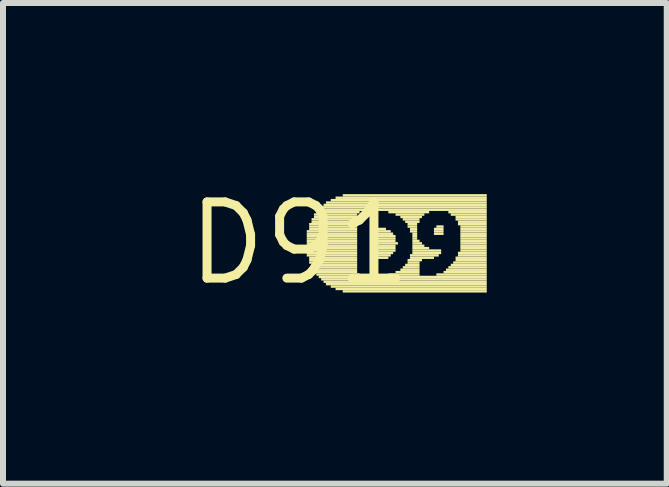
<source format=kicad_pcb>
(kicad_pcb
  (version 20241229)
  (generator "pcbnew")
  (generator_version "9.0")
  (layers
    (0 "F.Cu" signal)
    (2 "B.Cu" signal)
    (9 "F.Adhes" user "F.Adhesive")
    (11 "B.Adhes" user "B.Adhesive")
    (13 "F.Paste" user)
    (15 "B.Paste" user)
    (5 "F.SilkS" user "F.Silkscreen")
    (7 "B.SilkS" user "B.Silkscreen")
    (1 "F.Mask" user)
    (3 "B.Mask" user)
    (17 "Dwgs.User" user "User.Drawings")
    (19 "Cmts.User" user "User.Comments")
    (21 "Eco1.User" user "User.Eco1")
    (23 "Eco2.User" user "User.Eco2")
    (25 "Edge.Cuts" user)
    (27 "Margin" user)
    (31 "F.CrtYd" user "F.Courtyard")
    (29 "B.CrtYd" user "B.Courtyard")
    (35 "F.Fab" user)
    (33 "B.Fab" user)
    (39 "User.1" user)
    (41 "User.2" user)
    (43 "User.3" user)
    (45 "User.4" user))
  (footprint "D91"
    (layer "F.Cu")
    (at 1.943 1.006)
    (property "Reference" "D91" (at 0 0 0) (layer "F.SilkS") (effects (font (size 1.27 1.27) (thickness 0.15))))
    (fp_poly (pts (xy 0.12 -0.18) (xy 0.96 -0.18) (xy 0.96 -0.22) (xy 0.12 -0.22)) (stroke (width 0) (type default)) (fill yes) (layer "F.SilkS"))
    (fp_poly (pts (xy 0.12 -0.14) (xy 0.96 -0.14) (xy 0.96 -0.18) (xy 0.12 -0.18)) (stroke (width 0) (type default)) (fill yes) (layer "F.SilkS"))
    (fp_poly (pts (xy 0.12 -0.1) (xy 0.96 -0.1) (xy 0.96 -0.14) (xy 0.12 -0.14)) (stroke (width 0) (type default)) (fill yes) (layer "F.SilkS"))
    (fp_poly (pts (xy 0.12 -0.06) (xy 0.96 -0.06) (xy 0.96 -0.1) (xy 0.12 -0.1)) (stroke (width 0) (type default)) (fill yes) (layer "F.SilkS"))
    (fp_poly (pts (xy 0.12 -0.02) (xy 0.96 -0.02) (xy 0.96 -0.06) (xy 0.12 -0.06)) (stroke (width 0) (type default)) (fill yes) (layer "F.SilkS"))
    (fp_poly (pts (xy 0.12 0.02) (xy 0.96 0.02) (xy 0.96 -0.02) (xy 0.12 -0.02)) (stroke (width 0) (type default)) (fill yes) (layer "F.SilkS"))
    (fp_poly (pts (xy 0.12 0.06) (xy 0.96 0.06) (xy 0.96 0.02) (xy 0.12 0.02)) (stroke (width 0) (type default)) (fill yes) (layer "F.SilkS"))
    (fp_poly (pts (xy 0.12 0.1) (xy 0.96 0.1) (xy 0.96 0.06) (xy 0.12 0.06)) (stroke (width 0) (type default)) (fill yes) (layer "F.SilkS"))
    (fp_poly (pts (xy 0.12 0.14) (xy 0.96 0.14) (xy 0.96 0.1) (xy 0.12 0.1)) (stroke (width 0) (type default)) (fill yes) (layer "F.SilkS"))
    (fp_poly (pts (xy 0.12 0.18) (xy 0.96 0.18) (xy 0.96 0.14) (xy 0.12 0.14)) (stroke (width 0) (type default)) (fill yes) (layer "F.SilkS"))
    (fp_poly (pts (xy 0.12 0.22) (xy 0.96 0.22) (xy 0.96 0.18) (xy 0.12 0.18)) (stroke (width 0) (type default)) (fill yes) (layer "F.SilkS"))
    (fp_poly (pts (xy 0.16 -0.3) (xy 0.96 -0.3) (xy 0.96 -0.34) (xy 0.16 -0.34)) (stroke (width 0) (type default)) (fill yes) (layer "F.SilkS"))
    (fp_poly (pts (xy 0.16 -0.26) (xy 0.96 -0.26) (xy 0.96 -0.3) (xy 0.16 -0.3)) (stroke (width 0) (type default)) (fill yes) (layer "F.SilkS"))
    (fp_poly (pts (xy 0.16 -0.22) (xy 0.96 -0.22) (xy 0.96 -0.26) (xy 0.16 -0.26)) (stroke (width 0) (type default)) (fill yes) (layer "F.SilkS"))
    (fp_poly (pts (xy 0.16 0.26) (xy 0.96 0.26) (xy 0.96 0.22) (xy 0.16 0.22)) (stroke (width 0) (type default)) (fill yes) (layer "F.SilkS"))
    (fp_poly (pts (xy 0.16 0.3) (xy 0.96 0.3) (xy 0.96 0.26) (xy 0.16 0.26)) (stroke (width 0) (type default)) (fill yes) (layer "F.SilkS"))
    (fp_poly (pts (xy 0.16 0.34) (xy 0.96 0.34) (xy 0.96 0.3) (xy 0.16 0.3)) (stroke (width 0) (type default)) (fill yes) (layer "F.SilkS"))
    (fp_poly (pts (xy 0.2 -0.38) (xy 0.96 -0.38) (xy 0.96 -0.42) (xy 0.2 -0.42)) (stroke (width 0) (type default)) (fill yes) (layer "F.SilkS"))
    (fp_poly (pts (xy 0.2 -0.34) (xy 0.96 -0.34) (xy 0.96 -0.38) (xy 0.2 -0.38)) (stroke (width 0) (type default)) (fill yes) (layer "F.SilkS"))
    (fp_poly (pts (xy 0.2 0.38) (xy 0.96 0.38) (xy 0.96 0.34) (xy 0.2 0.34)) (stroke (width 0) (type default)) (fill yes) (layer "F.SilkS"))
    (fp_poly (pts (xy 0.2 0.42) (xy 0.96 0.42) (xy 0.96 0.38) (xy 0.2 0.38)) (stroke (width 0) (type default)) (fill yes) (layer "F.SilkS"))
    (fp_poly (pts (xy 0.24 -0.46) (xy 0.96 -0.46) (xy 0.96 -0.5) (xy 0.24 -0.5)) (stroke (width 0) (type default)) (fill yes) (layer "F.SilkS"))
    (fp_poly (pts (xy 0.24 -0.42) (xy 0.96 -0.42) (xy 0.96 -0.46) (xy 0.24 -0.46)) (stroke (width 0) (type default)) (fill yes) (layer "F.SilkS"))
    (fp_poly (pts (xy 0.24 0.46) (xy 0.96 0.46) (xy 0.96 0.42) (xy 0.24 0.42)) (stroke (width 0) (type default)) (fill yes) (layer "F.SilkS"))
    (fp_poly (pts (xy 0.24 0.5) (xy 0.96 0.5) (xy 0.96 0.46) (xy 0.24 0.46)) (stroke (width 0) (type default)) (fill yes) (layer "F.SilkS"))
    (fp_poly (pts (xy 0.28 -0.5) (xy 1 -0.5) (xy 1 -0.54) (xy 0.28 -0.54)) (stroke (width 0) (type default)) (fill yes) (layer "F.SilkS"))
    (fp_poly (pts (xy 0.28 0.54) (xy 1 0.54) (xy 1 0.5) (xy 0.28 0.5)) (stroke (width 0) (type default)) (fill yes) (layer "F.SilkS"))
    (fp_poly (pts (xy 0.32 -0.54) (xy 3.12 -0.54) (xy 3.12 -0.58) (xy 0.32 -0.58)) (stroke (width 0) (type default)) (fill yes) (layer "F.SilkS"))
    (fp_poly (pts (xy 0.32 0.58) (xy 3.12 0.58) (xy 3.12 0.54) (xy 0.32 0.54)) (stroke (width 0) (type default)) (fill yes) (layer "F.SilkS"))
    (fp_poly (pts (xy 0.36 -0.58) (xy 3.12 -0.58) (xy 3.12 -0.62) (xy 0.36 -0.62)) (stroke (width 0) (type default)) (fill yes) (layer "F.SilkS"))
    (fp_poly (pts (xy 0.36 0.62) (xy 3.12 0.62) (xy 3.12 0.58) (xy 0.36 0.58)) (stroke (width 0) (type default)) (fill yes) (layer "F.SilkS"))
    (fp_poly (pts (xy 0.4 -0.62) (xy 3.12 -0.62) (xy 3.12 -0.66) (xy 0.4 -0.66)) (stroke (width 0) (type default)) (fill yes) (layer "F.SilkS"))
    (fp_poly (pts (xy 0.4 0.66) (xy 3.12 0.66) (xy 3.12 0.62) (xy 0.4 0.62)) (stroke (width 0) (type default)) (fill yes) (layer "F.SilkS"))
    (fp_poly (pts (xy 0.44 -0.66) (xy 3.12 -0.66) (xy 3.12 -0.7) (xy 0.44 -0.7)) (stroke (width 0) (type default)) (fill yes) (layer "F.SilkS"))
    (fp_poly (pts (xy 0.44 0.7) (xy 3.12 0.7) (xy 3.12 0.66) (xy 0.44 0.66)) (stroke (width 0) (type default)) (fill yes) (layer "F.SilkS"))
    (fp_poly (pts (xy 0.52 -0.7) (xy 3.12 -0.7) (xy 3.12 -0.74) (xy 0.52 -0.74)) (stroke (width 0) (type default)) (fill yes) (layer "F.SilkS"))
    (fp_poly (pts (xy 0.52 0.74) (xy 3.12 0.74) (xy 3.12 0.7) (xy 0.52 0.7)) (stroke (width 0) (type default)) (fill yes) (layer "F.SilkS"))
    (fp_poly (pts (xy 0.6 -0.74) (xy 3.12 -0.74) (xy 3.12 -0.78) (xy 0.6 -0.78)) (stroke (width 0) (type default)) (fill yes) (layer "F.SilkS"))
    (fp_poly (pts (xy 0.6 0.78) (xy 3.12 0.78) (xy 3.12 0.74) (xy 0.6 0.74)) (stroke (width 0) (type default)) (fill yes) (layer "F.SilkS"))
    (fp_poly (pts (xy 0.72 -0.78) (xy 3.12 -0.78) (xy 3.12 -0.82) (xy 0.72 -0.82)) (stroke (width 0) (type default)) (fill yes) (layer "F.SilkS"))
    (fp_poly (pts (xy 0.72 0.82) (xy 3.12 0.82) (xy 3.12 0.78) (xy 0.72 0.78)) (stroke (width 0) (type default)) (fill yes) (layer "F.SilkS"))
    (fp_poly (pts (xy 1.24 -0.22) (xy 1.44 -0.22) (xy 1.44 -0.26) (xy 1.24 -0.26)) (stroke (width 0) (type default)) (fill yes) (layer "F.SilkS"))
    (fp_poly (pts (xy 1.24 -0.18) (xy 1.52 -0.18) (xy 1.52 -0.22) (xy 1.24 -0.22)) (stroke (width 0) (type default)) (fill yes) (layer "F.SilkS"))
    (fp_poly (pts (xy 1.24 -0.14) (xy 1.56 -0.14) (xy 1.56 -0.18) (xy 1.24 -0.18)) (stroke (width 0) (type default)) (fill yes) (layer "F.SilkS"))
    (fp_poly (pts (xy 1.24 -0.1) (xy 1.6 -0.1) (xy 1.6 -0.14) (xy 1.24 -0.14)) (stroke (width 0) (type default)) (fill yes) (layer "F.SilkS"))
    (fp_poly (pts (xy 1.24 -0.06) (xy 1.6 -0.06) (xy 1.6 -0.1) (xy 1.24 -0.1)) (stroke (width 0) (type default)) (fill yes) (layer "F.SilkS"))
    (fp_poly (pts (xy 1.24 -0.02) (xy 1.6 -0.02) (xy 1.6 -0.06) (xy 1.24 -0.06)) (stroke (width 0) (type default)) (fill yes) (layer "F.SilkS"))
    (fp_poly (pts (xy 1.24 0.02) (xy 1.64 0.02) (xy 1.64 -0.02) (xy 1.24 -0.02)) (stroke (width 0) (type default)) (fill yes) (layer "F.SilkS"))
    (fp_poly (pts (xy 1.24 0.06) (xy 1.6 0.06) (xy 1.6 0.02) (xy 1.24 0.02)) (stroke (width 0) (type default)) (fill yes) (layer "F.SilkS"))
    (fp_poly (pts (xy 1.24 0.1) (xy 1.6 0.1) (xy 1.6 0.06) (xy 1.24 0.06)) (stroke (width 0) (type default)) (fill yes) (layer "F.SilkS"))
    (fp_poly (pts (xy 1.24 0.14) (xy 1.6 0.14) (xy 1.6 0.1) (xy 1.24 0.1)) (stroke (width 0) (type default)) (fill yes) (layer "F.SilkS"))
    (fp_poly (pts (xy 1.24 0.18) (xy 1.56 0.18) (xy 1.56 0.14) (xy 1.24 0.14)) (stroke (width 0) (type default)) (fill yes) (layer "F.SilkS"))
    (fp_poly (pts (xy 1.24 0.22) (xy 1.52 0.22) (xy 1.52 0.18) (xy 1.24 0.18)) (stroke (width 0) (type default)) (fill yes) (layer "F.SilkS"))
    (fp_poly (pts (xy 1.24 0.26) (xy 1.48 0.26) (xy 1.48 0.22) (xy 1.24 0.22)) (stroke (width 0) (type default)) (fill yes) (layer "F.SilkS"))
    (fp_poly (pts (xy 1.48 -0.5) (xy 2.16 -0.5) (xy 2.16 -0.54) (xy 1.48 -0.54)) (stroke (width 0) (type default)) (fill yes) (layer "F.SilkS"))
    (fp_poly (pts (xy 1.48 0.54) (xy 2 0.54) (xy 2 0.5) (xy 1.48 0.5)) (stroke (width 0) (type default)) (fill yes) (layer "F.SilkS"))
    (fp_poly (pts (xy 1.6 -0.46) (xy 2.08 -0.46) (xy 2.08 -0.5) (xy 1.6 -0.5)) (stroke (width 0) (type default)) (fill yes) (layer "F.SilkS"))
    (fp_poly (pts (xy 1.6 0.5) (xy 2 0.5) (xy 2 0.46) (xy 1.6 0.46)) (stroke (width 0) (type default)) (fill yes) (layer "F.SilkS"))
    (fp_poly (pts (xy 1.68 -0.42) (xy 2.04 -0.42) (xy 2.04 -0.46) (xy 1.68 -0.46)) (stroke (width 0) (type default)) (fill yes) (layer "F.SilkS"))
    (fp_poly (pts (xy 1.68 0.46) (xy 2 0.46) (xy 2 0.42) (xy 1.68 0.42)) (stroke (width 0) (type default)) (fill yes) (layer "F.SilkS"))
    (fp_poly (pts (xy 1.72 -0.38) (xy 2 -0.38) (xy 2 -0.42) (xy 1.72 -0.42)) (stroke (width 0) (type default)) (fill yes) (layer "F.SilkS"))
    (fp_poly (pts (xy 1.72 0.42) (xy 2 0.42) (xy 2 0.38) (xy 1.72 0.38)) (stroke (width 0) (type default)) (fill yes) (layer "F.SilkS"))
    (fp_poly (pts (xy 1.76 -0.34) (xy 2 -0.34) (xy 2 -0.38) (xy 1.76 -0.38)) (stroke (width 0) (type default)) (fill yes) (layer "F.SilkS"))
    (fp_poly (pts (xy 1.76 0.38) (xy 2 0.38) (xy 2 0.34) (xy 1.76 0.34)) (stroke (width 0) (type default)) (fill yes) (layer "F.SilkS"))
    (fp_poly (pts (xy 1.8 -0.3) (xy 1.96 -0.3) (xy 1.96 -0.34) (xy 1.8 -0.34)) (stroke (width 0) (type default)) (fill yes) (layer "F.SilkS"))
    (fp_poly (pts (xy 1.8 -0.26) (xy 1.96 -0.26) (xy 1.96 -0.3) (xy 1.8 -0.3)) (stroke (width 0) (type default)) (fill yes) (layer "F.SilkS"))
    (fp_poly (pts (xy 1.8 0.3) (xy 2.04 0.3) (xy 2.04 0.26) (xy 1.8 0.26)) (stroke (width 0) (type default)) (fill yes) (layer "F.SilkS"))
    (fp_poly (pts (xy 1.8 0.34) (xy 2 0.34) (xy 2 0.3) (xy 1.8 0.3)) (stroke (width 0) (type default)) (fill yes) (layer "F.SilkS"))
    (fp_poly (pts (xy 1.84 -0.22) (xy 1.96 -0.22) (xy 1.96 -0.26) (xy 1.84 -0.26)) (stroke (width 0) (type default)) (fill yes) (layer "F.SilkS"))
    (fp_poly (pts (xy 1.84 -0.18) (xy 1.96 -0.18) (xy 1.96 -0.22) (xy 1.84 -0.22)) (stroke (width 0) (type default)) (fill yes) (layer "F.SilkS"))
    (fp_poly (pts (xy 1.84 0.22) (xy 2.32 0.22) (xy 2.32 0.18) (xy 1.84 0.18)) (stroke (width 0) (type default)) (fill yes) (layer "F.SilkS"))
    (fp_poly (pts (xy 1.84 0.26) (xy 2.24 0.26) (xy 2.24 0.22) (xy 1.84 0.22)) (stroke (width 0) (type default)) (fill yes) (layer "F.SilkS"))
    (fp_poly (pts (xy 1.88 -0.14) (xy 1.96 -0.14) (xy 1.96 -0.18) (xy 1.88 -0.18)) (stroke (width 0) (type default)) (fill yes) (layer "F.SilkS"))
    (fp_poly (pts (xy 1.88 -0.1) (xy 1.96 -0.1) (xy 1.96 -0.14) (xy 1.88 -0.14)) (stroke (width 0) (type default)) (fill yes) (layer "F.SilkS"))
    (fp_poly (pts (xy 1.88 -0.06) (xy 1.96 -0.06) (xy 1.96 -0.1) (xy 1.88 -0.1)) (stroke (width 0) (type default)) (fill yes) (layer "F.SilkS"))
    (fp_poly (pts (xy 1.88 -0.02) (xy 2 -0.02) (xy 2 -0.06) (xy 1.88 -0.06)) (stroke (width 0) (type default)) (fill yes) (layer "F.SilkS"))
    (fp_poly (pts (xy 1.88 0.02) (xy 2.04 0.02) (xy 2.04 -0.02) (xy 1.88 -0.02)) (stroke (width 0) (type default)) (fill yes) (layer "F.SilkS"))
    (fp_poly (pts (xy 1.88 0.06) (xy 2.08 0.06) (xy 2.08 0.02) (xy 1.88 0.02)) (stroke (width 0) (type default)) (fill yes) (layer "F.SilkS"))
    (fp_poly (pts (xy 1.88 0.1) (xy 2.16 0.1) (xy 2.16 0.06) (xy 1.88 0.06)) (stroke (width 0) (type default)) (fill yes) (layer "F.SilkS"))
    (fp_poly (pts (xy 1.88 0.14) (xy 2.36 0.14) (xy 2.36 0.1) (xy 1.88 0.1)) (stroke (width 0) (type default)) (fill yes) (layer "F.SilkS"))
    (fp_poly (pts (xy 1.88 0.18) (xy 2.36 0.18) (xy 2.36 0.14) (xy 1.88 0.14)) (stroke (width 0) (type default)) (fill yes) (layer "F.SilkS"))
    (fp_poly (pts (xy 2.24 -0.22) (xy 2.4 -0.22) (xy 2.4 -0.26) (xy 2.24 -0.26)) (stroke (width 0) (type default)) (fill yes) (layer "F.SilkS"))
    (fp_poly (pts (xy 2.24 -0.18) (xy 2.4 -0.18) (xy 2.4 -0.22) (xy 2.24 -0.22)) (stroke (width 0) (type default)) (fill yes) (layer "F.SilkS"))
    (fp_poly (pts (xy 2.24 -0.14) (xy 2.4 -0.14) (xy 2.4 -0.18) (xy 2.24 -0.18)) (stroke (width 0) (type default)) (fill yes) (layer "F.SilkS"))
    (fp_poly (pts (xy 2.28 -0.26) (xy 2.4 -0.26) (xy 2.4 -0.3) (xy 2.28 -0.3)) (stroke (width 0) (type default)) (fill yes) (layer "F.SilkS"))
    (fp_poly (pts (xy 2.28 0.54) (xy 3.12 0.54) (xy 3.12 0.5) (xy 2.28 0.5)) (stroke (width 0) (type default)) (fill yes) (layer "F.SilkS"))
    (fp_poly (pts (xy 2.4 0.5) (xy 3.12 0.5) (xy 3.12 0.46) (xy 2.4 0.46)) (stroke (width 0) (type default)) (fill yes) (layer "F.SilkS"))
    (fp_poly (pts (xy 2.44 0.46) (xy 3.12 0.46) (xy 3.12 0.42) (xy 2.44 0.42)) (stroke (width 0) (type default)) (fill yes) (layer "F.SilkS"))
    (fp_poly (pts (xy 2.48 -0.5) (xy 3.12 -0.5) (xy 3.12 -0.54) (xy 2.48 -0.54)) (stroke (width 0) (type default)) (fill yes) (layer "F.SilkS"))
    (fp_poly (pts (xy 2.48 0.42) (xy 3.12 0.42) (xy 3.12 0.38) (xy 2.48 0.38)) (stroke (width 0) (type default)) (fill yes) (layer "F.SilkS"))
    (fp_poly (pts (xy 2.52 -0.46) (xy 3.12 -0.46) (xy 3.12 -0.5) (xy 2.52 -0.5)) (stroke (width 0) (type default)) (fill yes) (layer "F.SilkS"))
    (fp_poly (pts (xy 2.52 0.38) (xy 3.12 0.38) (xy 3.12 0.34) (xy 2.52 0.34)) (stroke (width 0) (type default)) (fill yes) (layer "F.SilkS"))
    (fp_poly (pts (xy 2.56 0.34) (xy 3.12 0.34) (xy 3.12 0.3) (xy 2.56 0.3)) (stroke (width 0) (type default)) (fill yes) (layer "F.SilkS"))
    (fp_poly (pts (xy 2.6 -0.42) (xy 3.12 -0.42) (xy 3.12 -0.46) (xy 2.6 -0.46)) (stroke (width 0) (type default)) (fill yes) (layer "F.SilkS"))
    (fp_poly (pts (xy 2.6 -0.38) (xy 3.12 -0.38) (xy 3.12 -0.42) (xy 2.6 -0.42)) (stroke (width 0) (type default)) (fill yes) (layer "F.SilkS"))
    (fp_poly (pts (xy 2.6 0.26) (xy 3.12 0.26) (xy 3.12 0.22) (xy 2.6 0.22)) (stroke (width 0) (type default)) (fill yes) (layer "F.SilkS"))
    (fp_poly (pts (xy 2.6 0.3) (xy 3.12 0.3) (xy 3.12 0.26) (xy 2.6 0.26)) (stroke (width 0) (type default)) (fill yes) (layer "F.SilkS"))
    (fp_poly (pts (xy 2.64 -0.34) (xy 3.12 -0.34) (xy 3.12 -0.38) (xy 2.64 -0.38)) (stroke (width 0) (type default)) (fill yes) (layer "F.SilkS"))
    (fp_poly (pts (xy 2.64 -0.3) (xy 3.12 -0.3) (xy 3.12 -0.34) (xy 2.64 -0.34)) (stroke (width 0) (type default)) (fill yes) (layer "F.SilkS"))
    (fp_poly (pts (xy 2.64 0.18) (xy 3.12 0.18) (xy 3.12 0.14) (xy 2.64 0.14)) (stroke (width 0) (type default)) (fill yes) (layer "F.SilkS"))
    (fp_poly (pts (xy 2.64 0.22) (xy 3.12 0.22) (xy 3.12 0.18) (xy 2.64 0.18)) (stroke (width 0) (type default)) (fill yes) (layer "F.SilkS"))
    (fp_poly (pts (xy 2.68 -0.26) (xy 3.12 -0.26) (xy 3.12 -0.3) (xy 2.68 -0.3)) (stroke (width 0) (type default)) (fill yes) (layer "F.SilkS"))
    (fp_poly (pts (xy 2.68 -0.22) (xy 3.12 -0.22) (xy 3.12 -0.26) (xy 2.68 -0.26)) (stroke (width 0) (type default)) (fill yes) (layer "F.SilkS"))
    (fp_poly (pts (xy 2.68 -0.18) (xy 3.12 -0.18) (xy 3.12 -0.22) (xy 2.68 -0.22)) (stroke (width 0) (type default)) (fill yes) (layer "F.SilkS"))
    (fp_poly (pts (xy 2.68 -0.14) (xy 3.12 -0.14) (xy 3.12 -0.18) (xy 2.68 -0.18)) (stroke (width 0) (type default)) (fill yes) (layer "F.SilkS"))
    (fp_poly (pts (xy 2.68 -0.1) (xy 3.12 -0.1) (xy 3.12 -0.14) (xy 2.68 -0.14)) (stroke (width 0) (type default)) (fill yes) (layer "F.SilkS"))
    (fp_poly (pts (xy 2.68 -0.06) (xy 3.12 -0.06) (xy 3.12 -0.1) (xy 2.68 -0.1)) (stroke (width 0) (type default)) (fill yes) (layer "F.SilkS"))
    (fp_poly (pts (xy 2.68 -0.02) (xy 3.12 -0.02) (xy 3.12 -0.06) (xy 2.68 -0.06)) (stroke (width 0) (type default)) (fill yes) (layer "F.SilkS"))
    (fp_poly (pts (xy 2.68 0.02) (xy 3.12 0.02) (xy 3.12 -0.02) (xy 2.68 -0.02)) (stroke (width 0) (type default)) (fill yes) (layer "F.SilkS"))
    (fp_poly (pts (xy 2.68 0.06) (xy 3.12 0.06) (xy 3.12 0.02) (xy 2.68 0.02)) (stroke (width 0) (type default)) (fill yes) (layer "F.SilkS"))
    (fp_poly (pts (xy 2.68 0.1) (xy 3.12 0.1) (xy 3.12 0.06) (xy 2.68 0.06)) (stroke (width 0) (type default)) (fill yes) (layer "F.SilkS"))
    (fp_poly (pts (xy 2.68 0.14) (xy 3.12 0.14) (xy 3.12 0.1) (xy 2.68 0.1)) (stroke (width 0) (type default)) (fill yes) (layer "F.SilkS")))
  (gr_rect
    (start -3 -3)
    (end 8.063 5.012)
    (stroke (width 0.1) (type default))
    (fill no)
    (layer "Edge.Cuts")))
</source>
